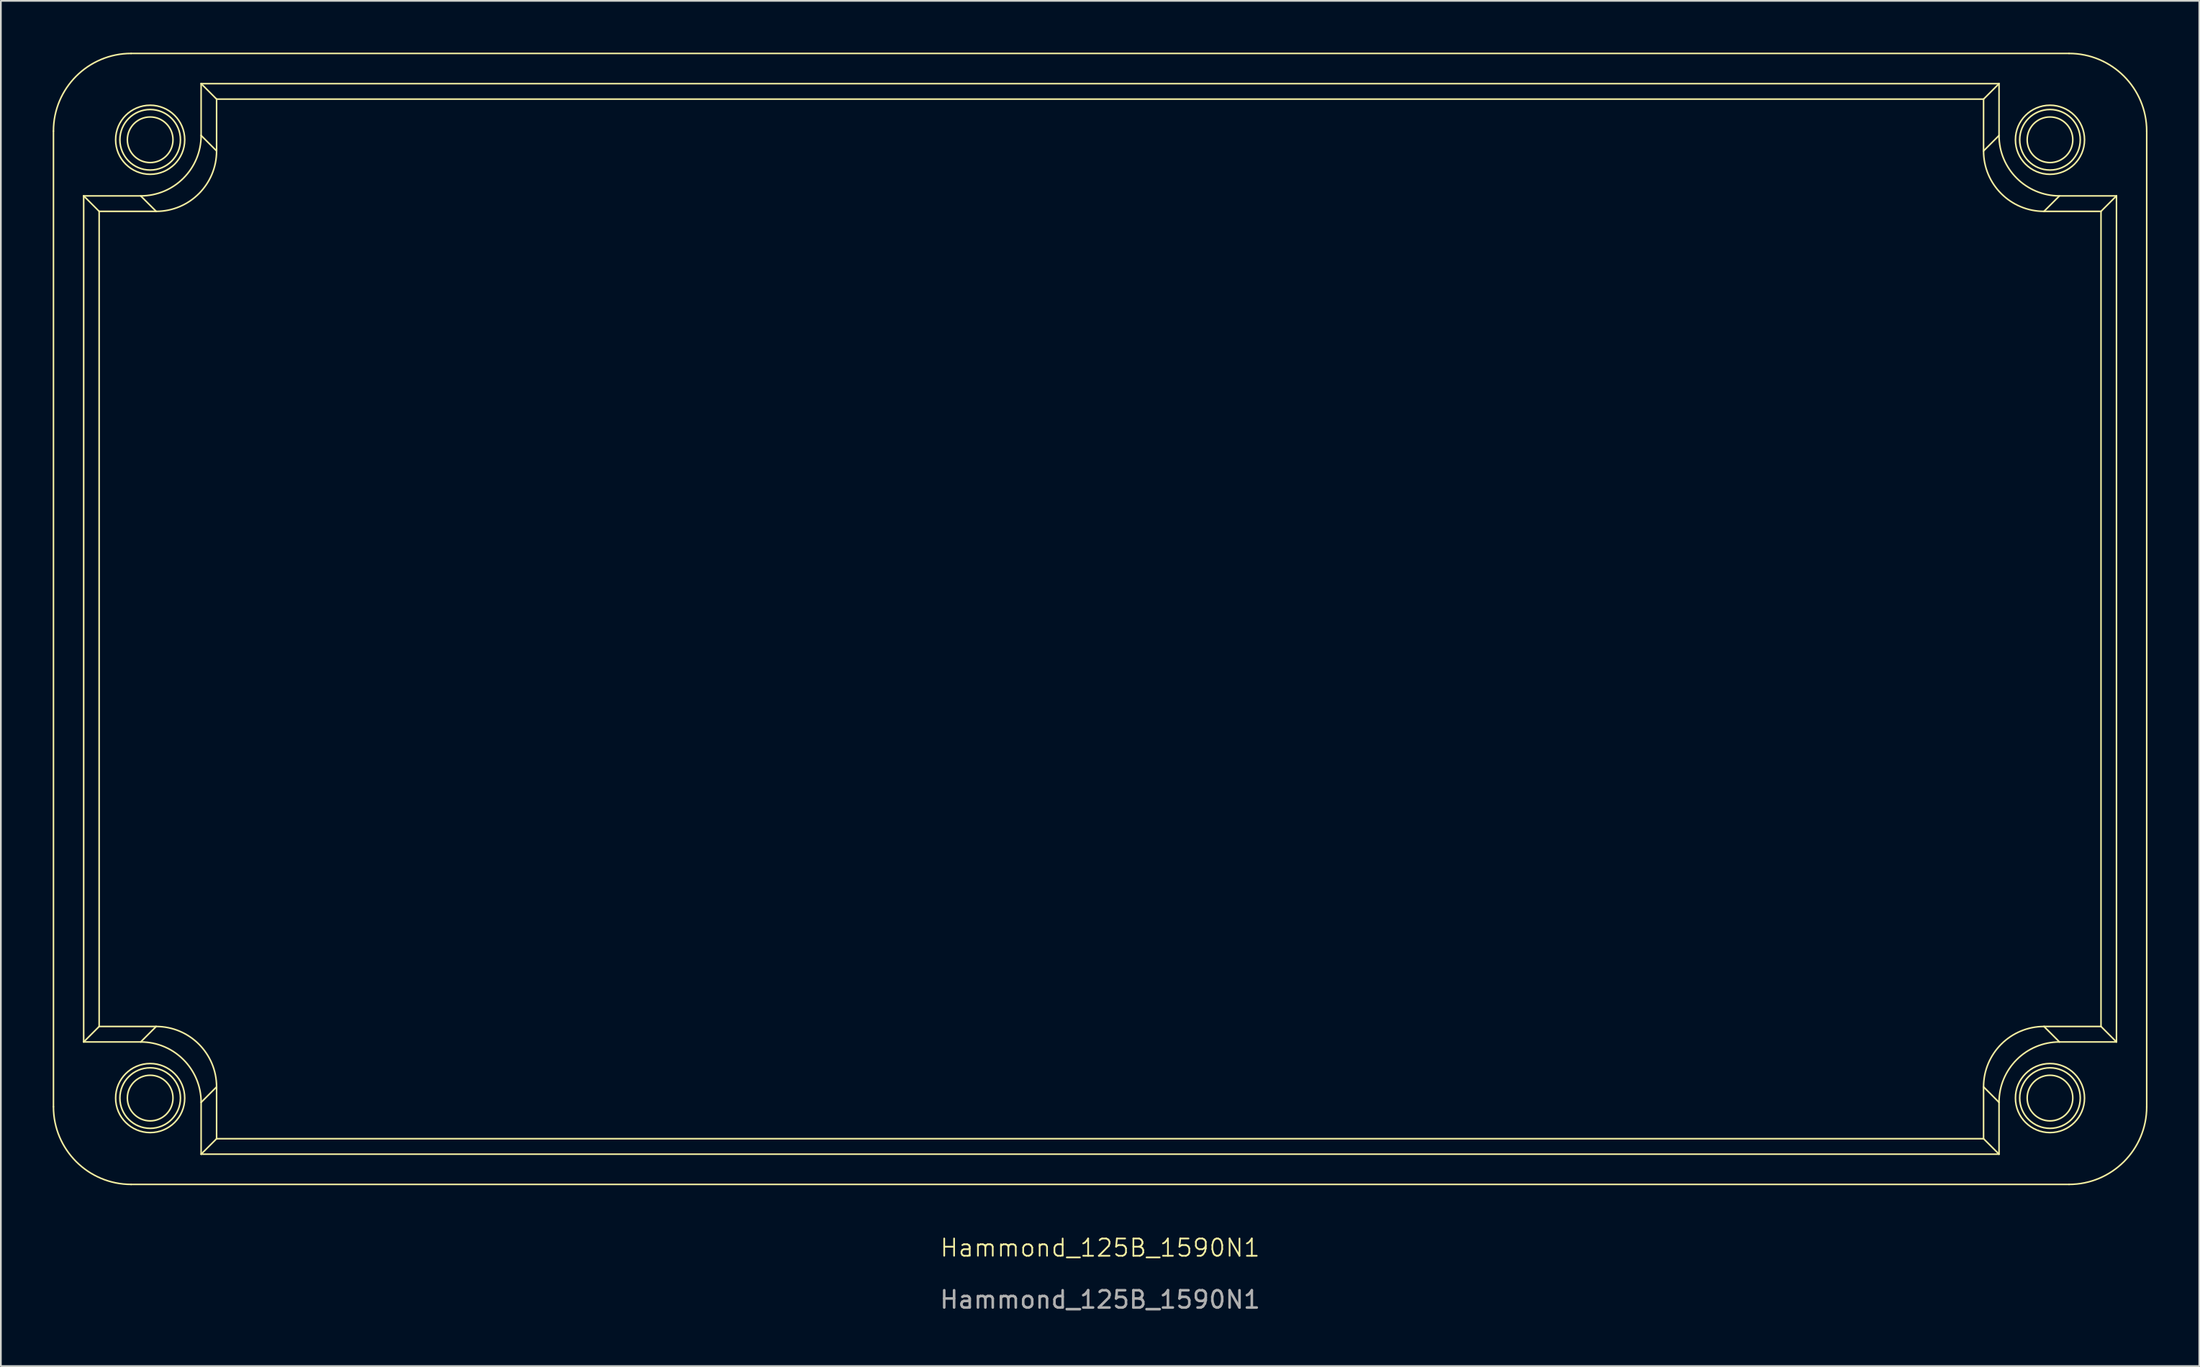
<source format=kicad_pcb>
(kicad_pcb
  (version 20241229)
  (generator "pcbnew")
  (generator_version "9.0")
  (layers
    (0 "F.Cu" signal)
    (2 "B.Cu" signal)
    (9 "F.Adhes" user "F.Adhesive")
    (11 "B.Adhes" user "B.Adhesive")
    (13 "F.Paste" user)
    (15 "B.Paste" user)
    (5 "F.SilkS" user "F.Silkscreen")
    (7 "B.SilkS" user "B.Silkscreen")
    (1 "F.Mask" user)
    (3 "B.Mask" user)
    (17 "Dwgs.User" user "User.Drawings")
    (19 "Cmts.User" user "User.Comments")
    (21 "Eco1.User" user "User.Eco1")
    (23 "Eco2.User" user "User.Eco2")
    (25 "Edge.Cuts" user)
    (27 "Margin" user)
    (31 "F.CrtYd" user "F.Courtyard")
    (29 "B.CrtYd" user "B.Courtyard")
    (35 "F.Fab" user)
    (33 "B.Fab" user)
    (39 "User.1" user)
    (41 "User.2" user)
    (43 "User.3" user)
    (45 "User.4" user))
  (footprint "Hammond_125B_1590N1"
    (layer "F.Cu")
    (at 60.645 32.795)
    (property "Reference" "Hammond_125B_1590N1" (at 0 36.425 0) (unlocked yes) (layer "F.SilkS") (effects (font (size 1 1) (thickness 0.1))))
    (fp_line (start -60.6 28.252) (end -60.6 -28.252) (stroke (width 0.09) (type solid)) (layer "F.SilkS"))
    (fp_line (start -58.85 -24.5) (end -57.954 -23.604) (stroke (width 0.09) (type solid)) (layer "F.SilkS"))
    (fp_line (start -58.85 -24.5) (end -55.549 -24.5) (stroke (width 0.09) (type solid)) (layer "F.SilkS"))
    (fp_line (start -58.85 24.5) (end -58.85 -24.5) (stroke (width 0.09) (type solid)) (layer "F.SilkS"))
    (fp_line (start -58.85 24.5) (end -57.954 23.604) (stroke (width 0.09) (type solid)) (layer "F.SilkS"))
    (fp_line (start -57.954 -23.604) (end -57.954 23.604) (stroke (width 0.09) (type solid)) (layer "F.SilkS"))
    (fp_line (start -57.954 23.604) (end -54.653 23.604) (stroke (width 0.09) (type solid)) (layer "F.SilkS"))
    (fp_line (start -56.102 -32.75) (end 56.102 -32.75) (stroke (width 0.09) (type solid)) (layer "F.SilkS"))
    (fp_line (start -55.549 -24.5) (end -54.653 -23.604) (stroke (width 0.09) (type solid)) (layer "F.SilkS"))
    (fp_line (start -55.549 24.5) (end -58.85 24.5) (stroke (width 0.09) (type solid)) (layer "F.SilkS"))
    (fp_line (start -54.653 -23.604) (end -57.954 -23.604) (stroke (width 0.09) (type solid)) (layer "F.SilkS"))
    (fp_line (start -54.653 23.604) (end -55.549 24.5) (stroke (width 0.09) (type solid)) (layer "F.SilkS"))
    (fp_line (start -52.05 -31) (end -51.154 -30.104) (stroke (width 0.09) (type solid)) (layer "F.SilkS"))
    (fp_line (start -52.05 -31) (end 52.05 -31) (stroke (width 0.09) (type solid)) (layer "F.SilkS"))
    (fp_line (start -52.05 -27.999) (end -52.05 -31) (stroke (width 0.09) (type solid)) (layer "F.SilkS"))
    (fp_line (start -52.05 27.999) (end -51.154 27.103) (stroke (width 0.09) (type solid)) (layer "F.SilkS"))
    (fp_line (start -52.05 31) (end -52.05 27.999) (stroke (width 0.09) (type solid)) (layer "F.SilkS"))
    (fp_line (start -52.05 31) (end -51.154 30.104) (stroke (width 0.09) (type solid)) (layer "F.SilkS"))
    (fp_line (start -51.154 -30.104) (end -51.154 -27.103) (stroke (width 0.09) (type solid)) (layer "F.SilkS"))
    (fp_line (start -51.154 -27.103) (end -52.05 -27.999) (stroke (width 0.09) (type solid)) (layer "F.SilkS"))
    (fp_line (start -51.154 27.103) (end -51.154 30.104) (stroke (width 0.09) (type solid)) (layer "F.SilkS"))
    (fp_line (start -51.154 30.104) (end 51.154 30.104) (stroke (width 0.09) (type solid)) (layer "F.SilkS"))
    (fp_line (start 51.154 -30.104) (end -51.154 -30.104) (stroke (width 0.09) (type solid)) (layer "F.SilkS"))
    (fp_line (start 51.154 -27.103) (end 51.154 -30.104) (stroke (width 0.09) (type solid)) (layer "F.SilkS"))
    (fp_line (start 51.154 27.103) (end 52.05 27.999) (stroke (width 0.09) (type solid)) (layer "F.SilkS"))
    (fp_line (start 51.154 30.104) (end 51.154 27.103) (stroke (width 0.09) (type solid)) (layer "F.SilkS"))
    (fp_line (start 52.05 -31) (end 51.154 -30.104) (stroke (width 0.09) (type solid)) (layer "F.SilkS"))
    (fp_line (start 52.05 -31) (end 52.05 -27.999) (stroke (width 0.09) (type solid)) (layer "F.SilkS"))
    (fp_line (start 52.05 -27.999) (end 51.154 -27.103) (stroke (width 0.09) (type solid)) (layer "F.SilkS"))
    (fp_line (start 52.05 27.999) (end 52.05 31) (stroke (width 0.09) (type solid)) (layer "F.SilkS"))
    (fp_line (start 52.05 31) (end -52.05 31) (stroke (width 0.09) (type solid)) (layer "F.SilkS"))
    (fp_line (start 52.05 31) (end 51.154 30.104) (stroke (width 0.09) (type solid)) (layer "F.SilkS"))
    (fp_line (start 54.653 -23.604) (end 55.549 -24.5) (stroke (width 0.09) (type solid)) (layer "F.SilkS"))
    (fp_line (start 54.653 23.604) (end 57.954 23.604) (stroke (width 0.09) (type solid)) (layer "F.SilkS"))
    (fp_line (start 55.549 -24.5) (end 58.85 -24.5) (stroke (width 0.09) (type solid)) (layer "F.SilkS"))
    (fp_line (start 55.549 24.5) (end 54.653 23.604) (stroke (width 0.09) (type solid)) (layer "F.SilkS"))
    (fp_line (start 56.102 32.75) (end -56.102 32.75) (stroke (width 0.09) (type solid)) (layer "F.SilkS"))
    (fp_line (start 57.954 -23.604) (end 54.653 -23.604) (stroke (width 0.09) (type solid)) (layer "F.SilkS"))
    (fp_line (start 57.954 23.604) (end 57.954 -23.604) (stroke (width 0.09) (type solid)) (layer "F.SilkS"))
    (fp_line (start 58.85 -24.5) (end 57.954 -23.604) (stroke (width 0.09) (type solid)) (layer "F.SilkS"))
    (fp_line (start 58.85 -24.5) (end 58.85 24.5) (stroke (width 0.09) (type solid)) (layer "F.SilkS"))
    (fp_line (start 58.85 24.5) (end 55.549 24.5) (stroke (width 0.09) (type solid)) (layer "F.SilkS"))
    (fp_line (start 58.85 24.5) (end 57.954 23.604) (stroke (width 0.09) (type solid)) (layer "F.SilkS"))
    (fp_line (start 60.6 -28.252) (end 60.6 28.252) (stroke (width 0.09) (type solid)) (layer "F.SilkS"))
    (fp_circle (center -55 -27.75) (end -53.679 -27.75) (stroke (width 0.09) (type solid)) (fill no) (layer "F.SilkS"))
    (fp_circle (center -55 -27.75) (end -53.247 -27.75) (stroke (width 0.09) (type solid)) (fill no) (layer "F.SilkS"))
    (fp_circle (center -55 -27.75) (end -53 -27.75) (stroke (width 0.09) (type solid)) (fill no) (layer "F.SilkS"))
    (fp_circle (center -55 27.75) (end -53.679 27.75) (stroke (width 0.09) (type solid)) (fill no) (layer "F.SilkS"))
    (fp_circle (center -55 27.75) (end -53.247 27.75) (stroke (width 0.09) (type solid)) (fill no) (layer "F.SilkS"))
    (fp_circle (center -55 27.75) (end -53 27.75) (stroke (width 0.09) (type solid)) (fill no) (layer "F.SilkS"))
    (fp_circle (center 55 -27.75) (end 56.321 -27.75) (stroke (width 0.09) (type solid)) (fill no) (layer "F.SilkS"))
    (fp_circle (center 55 -27.75) (end 56.753 -27.75) (stroke (width 0.09) (type solid)) (fill no) (layer "F.SilkS"))
    (fp_circle (center 55 -27.75) (end 57 -27.75) (stroke (width 0.09) (type solid)) (fill no) (layer "F.SilkS"))
    (fp_circle (center 55 27.75) (end 56.321 27.75) (stroke (width 0.09) (type solid)) (fill no) (layer "F.SilkS"))
    (fp_circle (center 55 27.75) (end 56.753 27.75) (stroke (width 0.09) (type solid)) (fill no) (layer "F.SilkS"))
    (fp_circle (center 55 27.75) (end 57 27.75) (stroke (width 0.09) (type solid)) (fill no) (layer "F.SilkS"))
    (fp_curve (pts (xy -60.6 28.252) (xy -60.6 30.736) (xy -58.586 32.75) (xy -56.102 32.75)) (stroke (width 0.09) (type solid)) (layer "F.SilkS"))
    (fp_curve (pts (xy -56.102 -32.75) (xy -58.586 -32.75) (xy -60.6 -30.736) (xy -60.6 -28.252)) (stroke (width 0.09) (type solid)) (layer "F.SilkS"))
    (fp_curve (pts (xy -55.549 -24.5) (xy -53.616 -24.5) (xy -52.05 -26.066) (xy -52.05 -27.999)) (stroke (width 0.09) (type solid)) (layer "F.SilkS"))
    (fp_curve (pts (xy -54.653 -23.604) (xy -52.721 -23.604) (xy -51.154 -25.171) (xy -51.154 -27.103)) (stroke (width 0.09) (type solid)) (layer "F.SilkS"))
    (fp_curve (pts (xy -52.05 27.999) (xy -52.05 26.066) (xy -53.616 24.5) (xy -55.549 24.5)) (stroke (width 0.09) (type solid)) (layer "F.SilkS"))
    (fp_curve (pts (xy -51.154 27.103) (xy -51.154 25.171) (xy -52.721 23.604) (xy -54.653 23.604)) (stroke (width 0.09) (type solid)) (layer "F.SilkS"))
    (fp_curve (pts (xy 51.154 -27.103) (xy 51.154 -25.171) (xy 52.721 -23.604) (xy 54.653 -23.604)) (stroke (width 0.09) (type solid)) (layer "F.SilkS"))
    (fp_curve (pts (xy 52.05 -27.999) (xy 52.05 -26.066) (xy 53.616 -24.5) (xy 55.549 -24.5)) (stroke (width 0.09) (type solid)) (layer "F.SilkS"))
    (fp_curve (pts (xy 54.653 23.604) (xy 52.721 23.604) (xy 51.154 25.171) (xy 51.154 27.103)) (stroke (width 0.09) (type solid)) (layer "F.SilkS"))
    (fp_curve (pts (xy 55.549 24.5) (xy 53.616 24.5) (xy 52.05 26.066) (xy 52.05 27.999)) (stroke (width 0.09) (type solid)) (layer "F.SilkS"))
    (fp_curve (pts (xy 56.102 32.75) (xy 58.586 32.75) (xy 60.6 30.736) (xy 60.6 28.252)) (stroke (width 0.09) (type solid)) (layer "F.SilkS"))
    (fp_curve (pts (xy 60.6 -28.252) (xy 60.6 -30.736) (xy 58.586 -32.75) (xy 56.102 -32.75)) (stroke (width 0.09) (type solid)) (layer "F.SilkS"))
    (fp_text user "${REFERENCE}" (at 0 39.425 0) (unlocked yes) (layer "F.Fab") (effects (font (size 1 1) (thickness 0.15)))))
  (gr_rect
    (start -3 -3)
    (end 124.29 76.068)
    (stroke (width 0.1) (type default))
    (fill no)
    (layer "Edge.Cuts")))
</source>
